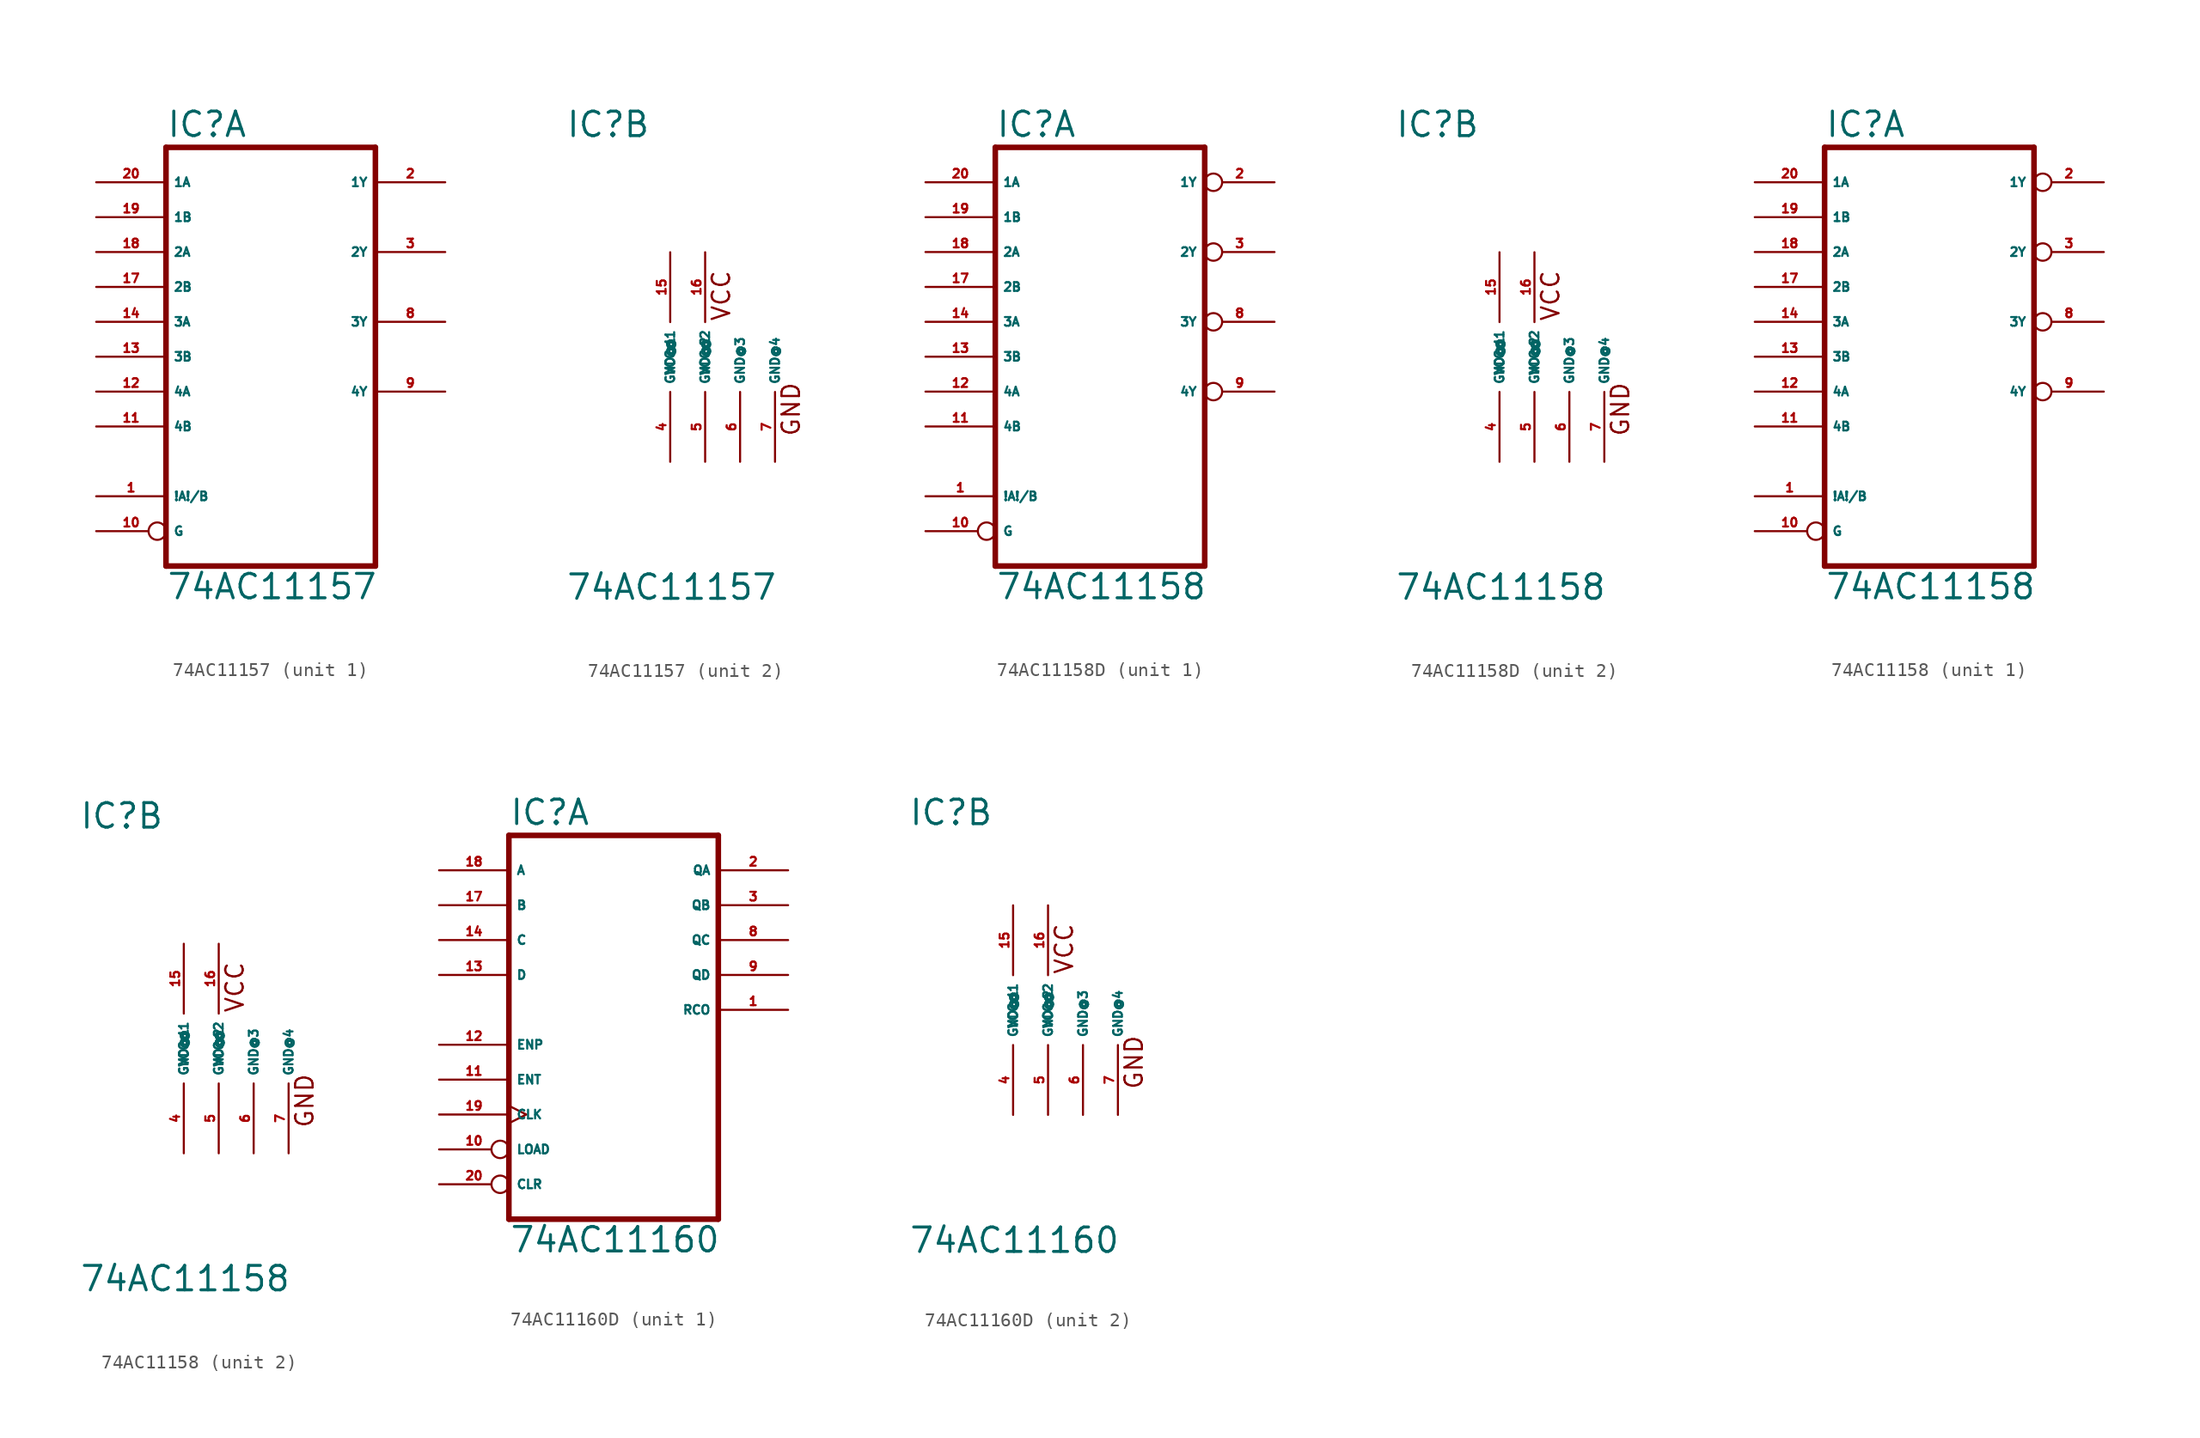
<source format=kicad_sym>
(kicad_symbol_lib
  (version 20220914)
  (generator Eagle2Kicad)
  (symbol "74AC11157"
    (property "Reference" "IC"
      (at -7.62 15.875 0)
      (effects (font (size 1.778 1.778) (thickness 0.22)) (justify left bottom)))
    (property "Value" "74AC11157"
      (at -7.62 -17.78 0)
      (effects (font (size 1.778 1.778) (thickness 0.22)) (justify left bottom)))
    (symbol "74AC11157_1_0"
      (polyline (pts (xy -7.62 -15.24) (xy 7.62 -15.24)) (stroke (width 0.406) (type default)) (fill (type none)))
      (polyline (pts (xy 7.62 -15.24) (xy 7.62 15.24)) (stroke (width 0.406) (type default)) (fill (type none)))
      (polyline (pts (xy 7.62 15.24) (xy -7.62 15.24)) (stroke (width 0.406) (type default)) (fill (type none)))
      (polyline (pts (xy -7.62 15.24) (xy -7.62 -15.24)) (stroke (width 0.406) (type default)) (fill (type none)))
      (pin input line (at -12.7 -10.16 0) (length 5.08) (name "!A!/B" (effects (font (size 0.635 0.635) (thickness 0.08)) (justify left bottom))) (number "1" (effects (font (size 0.635 0.635) (thickness 0.08)) (justify left bottom))))
      (pin output line (at 12.7 12.7 180) (length 5.08) (name "1Y" (effects (font (size 0.635 0.635) (thickness 0.08)) (justify left bottom))) (number "2" (effects (font (size 0.635 0.635) (thickness 0.08)) (justify left bottom))))
      (pin output line (at 12.7 7.62 180) (length 5.08) (name "2Y" (effects (font (size 0.635 0.635) (thickness 0.08)) (justify left bottom))) (number "3" (effects (font (size 0.635 0.635) (thickness 0.08)) (justify left bottom))))
      (pin output line (at 12.7 2.54 180) (length 5.08) (name "3Y" (effects (font (size 0.635 0.635) (thickness 0.08)) (justify left bottom))) (number "8" (effects (font (size 0.635 0.635) (thickness 0.08)) (justify left bottom))))
      (pin output line (at 12.7 -2.54 180) (length 5.08) (name "4Y" (effects (font (size 0.635 0.635) (thickness 0.08)) (justify left bottom))) (number "9" (effects (font (size 0.635 0.635) (thickness 0.08)) (justify left bottom))))
      (pin input inverted (at -12.7 -12.7 0) (length 5.08) (name "G" (effects (font (size 0.635 0.635) (thickness 0.08)) (justify left bottom))) (number "10" (effects (font (size 0.635 0.635) (thickness 0.08)) (justify left bottom))))
      (pin input line (at -12.7 -5.08 0) (length 5.08) (name "4B" (effects (font (size 0.635 0.635) (thickness 0.08)) (justify left bottom))) (number "11" (effects (font (size 0.635 0.635) (thickness 0.08)) (justify left bottom))))
      (pin input line (at -12.7 -2.54 0) (length 5.08) (name "4A" (effects (font (size 0.635 0.635) (thickness 0.08)) (justify left bottom))) (number "12" (effects (font (size 0.635 0.635) (thickness 0.08)) (justify left bottom))))
      (pin input line (at -12.7 0 0) (length 5.08) (name "3B" (effects (font (size 0.635 0.635) (thickness 0.08)) (justify left bottom))) (number "13" (effects (font (size 0.635 0.635) (thickness 0.08)) (justify left bottom))))
      (pin input line (at -12.7 2.54 0) (length 5.08) (name "3A" (effects (font (size 0.635 0.635) (thickness 0.08)) (justify left bottom))) (number "14" (effects (font (size 0.635 0.635) (thickness 0.08)) (justify left bottom))))
      (pin input line (at -12.7 5.08 0) (length 5.08) (name "2B" (effects (font (size 0.635 0.635) (thickness 0.08)) (justify left bottom))) (number "17" (effects (font (size 0.635 0.635) (thickness 0.08)) (justify left bottom))))
      (pin input line (at -12.7 7.62 0) (length 5.08) (name "2A" (effects (font (size 0.635 0.635) (thickness 0.08)) (justify left bottom))) (number "18" (effects (font (size 0.635 0.635) (thickness 0.08)) (justify left bottom))))
      (pin input line (at -12.7 10.16 0) (length 5.08) (name "1B" (effects (font (size 0.635 0.635) (thickness 0.08)) (justify left bottom))) (number "19" (effects (font (size 0.635 0.635) (thickness 0.08)) (justify left bottom))))
      (pin input line (at -12.7 12.7 0) (length 5.08) (name "1A" (effects (font (size 0.635 0.635) (thickness 0.08)) (justify left bottom))) (number "20" (effects (font (size 0.635 0.635) (thickness 0.08)) (justify left bottom)))))
    (symbol "74AC11157_2_0"
      (text "VCC" (at 4.445 2.54 900) (effects (font (size 1.27 1.27) (thickness 0.16)) (justify left bottom)))
      (text "GND" (at 9.525 -5.842 900) (effects (font (size 1.27 1.27) (thickness 0.16)) (justify left bottom)))
      (pin unspecified line (at 0 -7.62 90) (length 5.08) (name "GND@1" (effects (font (size 0.635 0.635) (thickness 0.08)) (justify left bottom))) (number "4" (effects (font (size 0.635 0.635) (thickness 0.08)) (justify left bottom))))
      (pin unspecified line (at 2.54 -7.62 90) (length 5.08) (name "GND@2" (effects (font (size 0.635 0.635) (thickness 0.08)) (justify left bottom))) (number "5" (effects (font (size 0.635 0.635) (thickness 0.08)) (justify left bottom))))
      (pin unspecified line (at 5.08 -7.62 90) (length 5.08) (name "GND@3" (effects (font (size 0.635 0.635) (thickness 0.08)) (justify left bottom))) (number "6" (effects (font (size 0.635 0.635) (thickness 0.08)) (justify left bottom))))
      (pin unspecified line (at 7.62 -7.62 90) (length 5.08) (name "GND@4" (effects (font (size 0.635 0.635) (thickness 0.08)) (justify left bottom))) (number "7" (effects (font (size 0.635 0.635) (thickness 0.08)) (justify left bottom))))
      (pin unspecified line (at 0 7.62 270) (length 5.08) (name "VCC@1" (effects (font (size 0.635 0.635) (thickness 0.08)) (justify left bottom))) (number "15" (effects (font (size 0.635 0.635) (thickness 0.08)) (justify left bottom))))
      (pin unspecified line (at 2.54 7.62 270) (length 5.08) (name "VCC@2" (effects (font (size 0.635 0.635) (thickness 0.08)) (justify left bottom))) (number "16" (effects (font (size 0.635 0.635) (thickness 0.08)) (justify left bottom))))))
  (symbol "74AC11158D"
    (property "Reference" "IC"
      (at -7.62 15.875 0)
      (effects (font (size 1.778 1.778) (thickness 0.22)) (justify left bottom)))
    (property "Value" "74AC11158"
      (at -7.62 -17.78 0)
      (effects (font (size 1.778 1.778) (thickness 0.22)) (justify left bottom)))
    (symbol "74AC11158D_1_0"
      (polyline (pts (xy -7.62 -15.24) (xy 7.62 -15.24)) (stroke (width 0.406) (type default)) (fill (type none)))
      (polyline (pts (xy 7.62 -15.24) (xy 7.62 15.24)) (stroke (width 0.406) (type default)) (fill (type none)))
      (polyline (pts (xy 7.62 15.24) (xy -7.62 15.24)) (stroke (width 0.406) (type default)) (fill (type none)))
      (polyline (pts (xy -7.62 15.24) (xy -7.62 -15.24)) (stroke (width 0.406) (type default)) (fill (type none)))
      (pin input line (at -12.7 -10.16 0) (length 5.08) (name "!A!/B" (effects (font (size 0.635 0.635) (thickness 0.08)) (justify left bottom))) (number "1" (effects (font (size 0.635 0.635) (thickness 0.08)) (justify left bottom))))
      (pin output inverted (at 12.7 12.7 180) (length 5.08) (name "1Y" (effects (font (size 0.635 0.635) (thickness 0.08)) (justify left bottom))) (number "2" (effects (font (size 0.635 0.635) (thickness 0.08)) (justify left bottom))))
      (pin output inverted (at 12.7 7.62 180) (length 5.08) (name "2Y" (effects (font (size 0.635 0.635) (thickness 0.08)) (justify left bottom))) (number "3" (effects (font (size 0.635 0.635) (thickness 0.08)) (justify left bottom))))
      (pin output inverted (at 12.7 2.54 180) (length 5.08) (name "3Y" (effects (font (size 0.635 0.635) (thickness 0.08)) (justify left bottom))) (number "8" (effects (font (size 0.635 0.635) (thickness 0.08)) (justify left bottom))))
      (pin output inverted (at 12.7 -2.54 180) (length 5.08) (name "4Y" (effects (font (size 0.635 0.635) (thickness 0.08)) (justify left bottom))) (number "9" (effects (font (size 0.635 0.635) (thickness 0.08)) (justify left bottom))))
      (pin input inverted (at -12.7 -12.7 0) (length 5.08) (name "G" (effects (font (size 0.635 0.635) (thickness 0.08)) (justify left bottom))) (number "10" (effects (font (size 0.635 0.635) (thickness 0.08)) (justify left bottom))))
      (pin input line (at -12.7 -5.08 0) (length 5.08) (name "4B" (effects (font (size 0.635 0.635) (thickness 0.08)) (justify left bottom))) (number "11" (effects (font (size 0.635 0.635) (thickness 0.08)) (justify left bottom))))
      (pin input line (at -12.7 -2.54 0) (length 5.08) (name "4A" (effects (font (size 0.635 0.635) (thickness 0.08)) (justify left bottom))) (number "12" (effects (font (size 0.635 0.635) (thickness 0.08)) (justify left bottom))))
      (pin input line (at -12.7 0 0) (length 5.08) (name "3B" (effects (font (size 0.635 0.635) (thickness 0.08)) (justify left bottom))) (number "13" (effects (font (size 0.635 0.635) (thickness 0.08)) (justify left bottom))))
      (pin input line (at -12.7 2.54 0) (length 5.08) (name "3A" (effects (font (size 0.635 0.635) (thickness 0.08)) (justify left bottom))) (number "14" (effects (font (size 0.635 0.635) (thickness 0.08)) (justify left bottom))))
      (pin input line (at -12.7 5.08 0) (length 5.08) (name "2B" (effects (font (size 0.635 0.635) (thickness 0.08)) (justify left bottom))) (number "17" (effects (font (size 0.635 0.635) (thickness 0.08)) (justify left bottom))))
      (pin input line (at -12.7 7.62 0) (length 5.08) (name "2A" (effects (font (size 0.635 0.635) (thickness 0.08)) (justify left bottom))) (number "18" (effects (font (size 0.635 0.635) (thickness 0.08)) (justify left bottom))))
      (pin input line (at -12.7 10.16 0) (length 5.08) (name "1B" (effects (font (size 0.635 0.635) (thickness 0.08)) (justify left bottom))) (number "19" (effects (font (size 0.635 0.635) (thickness 0.08)) (justify left bottom))))
      (pin input line (at -12.7 12.7 0) (length 5.08) (name "1A" (effects (font (size 0.635 0.635) (thickness 0.08)) (justify left bottom))) (number "20" (effects (font (size 0.635 0.635) (thickness 0.08)) (justify left bottom)))))
    (symbol "74AC11158D_2_0"
      (text "VCC" (at 4.445 2.54 900) (effects (font (size 1.27 1.27) (thickness 0.16)) (justify left bottom)))
      (text "GND" (at 9.525 -5.842 900) (effects (font (size 1.27 1.27) (thickness 0.16)) (justify left bottom)))
      (pin unspecified line (at 0 -7.62 90) (length 5.08) (name "GND@1" (effects (font (size 0.635 0.635) (thickness 0.08)) (justify left bottom))) (number "4" (effects (font (size 0.635 0.635) (thickness 0.08)) (justify left bottom))))
      (pin unspecified line (at 2.54 -7.62 90) (length 5.08) (name "GND@2" (effects (font (size 0.635 0.635) (thickness 0.08)) (justify left bottom))) (number "5" (effects (font (size 0.635 0.635) (thickness 0.08)) (justify left bottom))))
      (pin unspecified line (at 5.08 -7.62 90) (length 5.08) (name "GND@3" (effects (font (size 0.635 0.635) (thickness 0.08)) (justify left bottom))) (number "6" (effects (font (size 0.635 0.635) (thickness 0.08)) (justify left bottom))))
      (pin unspecified line (at 7.62 -7.62 90) (length 5.08) (name "GND@4" (effects (font (size 0.635 0.635) (thickness 0.08)) (justify left bottom))) (number "7" (effects (font (size 0.635 0.635) (thickness 0.08)) (justify left bottom))))
      (pin unspecified line (at 0 7.62 270) (length 5.08) (name "VCC@1" (effects (font (size 0.635 0.635) (thickness 0.08)) (justify left bottom))) (number "15" (effects (font (size 0.635 0.635) (thickness 0.08)) (justify left bottom))))
      (pin unspecified line (at 2.54 7.62 270) (length 5.08) (name "VCC@2" (effects (font (size 0.635 0.635) (thickness 0.08)) (justify left bottom))) (number "16" (effects (font (size 0.635 0.635) (thickness 0.08)) (justify left bottom))))))
  (symbol "74AC11158"
    (property "Reference" "IC"
      (at -7.62 15.875 0)
      (effects (font (size 1.778 1.778) (thickness 0.22)) (justify left bottom)))
    (property "Value" "74AC11158"
      (at -7.62 -17.78 0)
      (effects (font (size 1.778 1.778) (thickness 0.22)) (justify left bottom)))
    (symbol "74AC11158_1_0"
      (polyline (pts (xy -7.62 -15.24) (xy 7.62 -15.24)) (stroke (width 0.406) (type default)) (fill (type none)))
      (polyline (pts (xy 7.62 -15.24) (xy 7.62 15.24)) (stroke (width 0.406) (type default)) (fill (type none)))
      (polyline (pts (xy 7.62 15.24) (xy -7.62 15.24)) (stroke (width 0.406) (type default)) (fill (type none)))
      (polyline (pts (xy -7.62 15.24) (xy -7.62 -15.24)) (stroke (width 0.406) (type default)) (fill (type none)))
      (pin input line (at -12.7 -10.16 0) (length 5.08) (name "!A!/B" (effects (font (size 0.635 0.635) (thickness 0.08)) (justify left bottom))) (number "1" (effects (font (size 0.635 0.635) (thickness 0.08)) (justify left bottom))))
      (pin output inverted (at 12.7 12.7 180) (length 5.08) (name "1Y" (effects (font (size 0.635 0.635) (thickness 0.08)) (justify left bottom))) (number "2" (effects (font (size 0.635 0.635) (thickness 0.08)) (justify left bottom))))
      (pin output inverted (at 12.7 7.62 180) (length 5.08) (name "2Y" (effects (font (size 0.635 0.635) (thickness 0.08)) (justify left bottom))) (number "3" (effects (font (size 0.635 0.635) (thickness 0.08)) (justify left bottom))))
      (pin output inverted (at 12.7 2.54 180) (length 5.08) (name "3Y" (effects (font (size 0.635 0.635) (thickness 0.08)) (justify left bottom))) (number "8" (effects (font (size 0.635 0.635) (thickness 0.08)) (justify left bottom))))
      (pin output inverted (at 12.7 -2.54 180) (length 5.08) (name "4Y" (effects (font (size 0.635 0.635) (thickness 0.08)) (justify left bottom))) (number "9" (effects (font (size 0.635 0.635) (thickness 0.08)) (justify left bottom))))
      (pin input inverted (at -12.7 -12.7 0) (length 5.08) (name "G" (effects (font (size 0.635 0.635) (thickness 0.08)) (justify left bottom))) (number "10" (effects (font (size 0.635 0.635) (thickness 0.08)) (justify left bottom))))
      (pin input line (at -12.7 -5.08 0) (length 5.08) (name "4B" (effects (font (size 0.635 0.635) (thickness 0.08)) (justify left bottom))) (number "11" (effects (font (size 0.635 0.635) (thickness 0.08)) (justify left bottom))))
      (pin input line (at -12.7 -2.54 0) (length 5.08) (name "4A" (effects (font (size 0.635 0.635) (thickness 0.08)) (justify left bottom))) (number "12" (effects (font (size 0.635 0.635) (thickness 0.08)) (justify left bottom))))
      (pin input line (at -12.7 0 0) (length 5.08) (name "3B" (effects (font (size 0.635 0.635) (thickness 0.08)) (justify left bottom))) (number "13" (effects (font (size 0.635 0.635) (thickness 0.08)) (justify left bottom))))
      (pin input line (at -12.7 2.54 0) (length 5.08) (name "3A" (effects (font (size 0.635 0.635) (thickness 0.08)) (justify left bottom))) (number "14" (effects (font (size 0.635 0.635) (thickness 0.08)) (justify left bottom))))
      (pin input line (at -12.7 5.08 0) (length 5.08) (name "2B" (effects (font (size 0.635 0.635) (thickness 0.08)) (justify left bottom))) (number "17" (effects (font (size 0.635 0.635) (thickness 0.08)) (justify left bottom))))
      (pin input line (at -12.7 7.62 0) (length 5.08) (name "2A" (effects (font (size 0.635 0.635) (thickness 0.08)) (justify left bottom))) (number "18" (effects (font (size 0.635 0.635) (thickness 0.08)) (justify left bottom))))
      (pin input line (at -12.7 10.16 0) (length 5.08) (name "1B" (effects (font (size 0.635 0.635) (thickness 0.08)) (justify left bottom))) (number "19" (effects (font (size 0.635 0.635) (thickness 0.08)) (justify left bottom))))
      (pin input line (at -12.7 12.7 0) (length 5.08) (name "1A" (effects (font (size 0.635 0.635) (thickness 0.08)) (justify left bottom))) (number "20" (effects (font (size 0.635 0.635) (thickness 0.08)) (justify left bottom)))))
    (symbol "74AC11158_2_0"
      (text "VCC" (at 4.445 2.54 900) (effects (font (size 1.27 1.27) (thickness 0.16)) (justify left bottom)))
      (text "GND" (at 9.525 -5.842 900) (effects (font (size 1.27 1.27) (thickness 0.16)) (justify left bottom)))
      (pin unspecified line (at 0 -7.62 90) (length 5.08) (name "GND@1" (effects (font (size 0.635 0.635) (thickness 0.08)) (justify left bottom))) (number "4" (effects (font (size 0.635 0.635) (thickness 0.08)) (justify left bottom))))
      (pin unspecified line (at 2.54 -7.62 90) (length 5.08) (name "GND@2" (effects (font (size 0.635 0.635) (thickness 0.08)) (justify left bottom))) (number "5" (effects (font (size 0.635 0.635) (thickness 0.08)) (justify left bottom))))
      (pin unspecified line (at 5.08 -7.62 90) (length 5.08) (name "GND@3" (effects (font (size 0.635 0.635) (thickness 0.08)) (justify left bottom))) (number "6" (effects (font (size 0.635 0.635) (thickness 0.08)) (justify left bottom))))
      (pin unspecified line (at 7.62 -7.62 90) (length 5.08) (name "GND@4" (effects (font (size 0.635 0.635) (thickness 0.08)) (justify left bottom))) (number "7" (effects (font (size 0.635 0.635) (thickness 0.08)) (justify left bottom))))
      (pin unspecified line (at 0 7.62 270) (length 5.08) (name "VCC@1" (effects (font (size 0.635 0.635) (thickness 0.08)) (justify left bottom))) (number "15" (effects (font (size 0.635 0.635) (thickness 0.08)) (justify left bottom))))
      (pin unspecified line (at 2.54 7.62 270) (length 5.08) (name "VCC@2" (effects (font (size 0.635 0.635) (thickness 0.08)) (justify left bottom))) (number "16" (effects (font (size 0.635 0.635) (thickness 0.08)) (justify left bottom))))))
  (symbol "74AC11160D"
    (property "Reference" "IC"
      (at -7.62 13.335 0)
      (effects (font (size 1.778 1.778) (thickness 0.22)) (justify left bottom)))
    (property "Value" "74AC11160"
      (at -7.62 -17.78 0)
      (effects (font (size 1.778 1.778) (thickness 0.22)) (justify left bottom)))
    (symbol "74AC11160D_1_0"
      (polyline (pts (xy -7.62 -15.24) (xy 7.62 -15.24)) (stroke (width 0.406) (type default)) (fill (type none)))
      (polyline (pts (xy 7.62 -15.24) (xy 7.62 12.7)) (stroke (width 0.406) (type default)) (fill (type none)))
      (polyline (pts (xy 7.62 12.7) (xy -7.62 12.7)) (stroke (width 0.406) (type default)) (fill (type none)))
      (polyline (pts (xy -7.62 12.7) (xy -7.62 -15.24)) (stroke (width 0.406) (type default)) (fill (type none)))
      (pin output line (at 12.7 0 180) (length 5.08) (name "RCO" (effects (font (size 0.635 0.635) (thickness 0.08)) (justify left bottom))) (number "1" (effects (font (size 0.635 0.635) (thickness 0.08)) (justify left bottom))))
      (pin output line (at 12.7 10.16 180) (length 5.08) (name "QA" (effects (font (size 0.635 0.635) (thickness 0.08)) (justify left bottom))) (number "2" (effects (font (size 0.635 0.635) (thickness 0.08)) (justify left bottom))))
      (pin output line (at 12.7 7.62 180) (length 5.08) (name "QB" (effects (font (size 0.635 0.635) (thickness 0.08)) (justify left bottom))) (number "3" (effects (font (size 0.635 0.635) (thickness 0.08)) (justify left bottom))))
      (pin output line (at 12.7 5.08 180) (length 5.08) (name "QC" (effects (font (size 0.635 0.635) (thickness 0.08)) (justify left bottom))) (number "8" (effects (font (size 0.635 0.635) (thickness 0.08)) (justify left bottom))))
      (pin output line (at 12.7 2.54 180) (length 5.08) (name "QD" (effects (font (size 0.635 0.635) (thickness 0.08)) (justify left bottom))) (number "9" (effects (font (size 0.635 0.635) (thickness 0.08)) (justify left bottom))))
      (pin input inverted (at -12.7 -10.16 0) (length 5.08) (name "LOAD" (effects (font (size 0.635 0.635) (thickness 0.08)) (justify left bottom))) (number "10" (effects (font (size 0.635 0.635) (thickness 0.08)) (justify left bottom))))
      (pin input line (at -12.7 -5.08 0) (length 5.08) (name "ENT" (effects (font (size 0.635 0.635) (thickness 0.08)) (justify left bottom))) (number "11" (effects (font (size 0.635 0.635) (thickness 0.08)) (justify left bottom))))
      (pin input line (at -12.7 -2.54 0) (length 5.08) (name "ENP" (effects (font (size 0.635 0.635) (thickness 0.08)) (justify left bottom))) (number "12" (effects (font (size 0.635 0.635) (thickness 0.08)) (justify left bottom))))
      (pin input line (at -12.7 2.54 0) (length 5.08) (name "D" (effects (font (size 0.635 0.635) (thickness 0.08)) (justify left bottom))) (number "13" (effects (font (size 0.635 0.635) (thickness 0.08)) (justify left bottom))))
      (pin input line (at -12.7 5.08 0) (length 5.08) (name "C" (effects (font (size 0.635 0.635) (thickness 0.08)) (justify left bottom))) (number "14" (effects (font (size 0.635 0.635) (thickness 0.08)) (justify left bottom))))
      (pin input line (at -12.7 7.62 0) (length 5.08) (name "B" (effects (font (size 0.635 0.635) (thickness 0.08)) (justify left bottom))) (number "17" (effects (font (size 0.635 0.635) (thickness 0.08)) (justify left bottom))))
      (pin input line (at -12.7 10.16 0) (length 5.08) (name "A" (effects (font (size 0.635 0.635) (thickness 0.08)) (justify left bottom))) (number "18" (effects (font (size 0.635 0.635) (thickness 0.08)) (justify left bottom))))
      (pin input clock (at -12.7 -7.62 0) (length 5.08) (name "CLK" (effects (font (size 0.635 0.635) (thickness 0.08)) (justify left bottom))) (number "19" (effects (font (size 0.635 0.635) (thickness 0.08)) (justify left bottom))))
      (pin input inverted (at -12.7 -12.7 0) (length 5.08) (name "CLR" (effects (font (size 0.635 0.635) (thickness 0.08)) (justify left bottom))) (number "20" (effects (font (size 0.635 0.635) (thickness 0.08)) (justify left bottom)))))
    (symbol "74AC11160D_2_0"
      (text "VCC" (at 4.445 2.54 900) (effects (font (size 1.27 1.27) (thickness 0.16)) (justify left bottom)))
      (text "GND" (at 9.525 -5.842 900) (effects (font (size 1.27 1.27) (thickness 0.16)) (justify left bottom)))
      (pin unspecified line (at 0 -7.62 90) (length 5.08) (name "GND@1" (effects (font (size 0.635 0.635) (thickness 0.08)) (justify left bottom))) (number "4" (effects (font (size 0.635 0.635) (thickness 0.08)) (justify left bottom))))
      (pin unspecified line (at 2.54 -7.62 90) (length 5.08) (name "GND@2" (effects (font (size 0.635 0.635) (thickness 0.08)) (justify left bottom))) (number "5" (effects (font (size 0.635 0.635) (thickness 0.08)) (justify left bottom))))
      (pin unspecified line (at 5.08 -7.62 90) (length 5.08) (name "GND@3" (effects (font (size 0.635 0.635) (thickness 0.08)) (justify left bottom))) (number "6" (effects (font (size 0.635 0.635) (thickness 0.08)) (justify left bottom))))
      (pin unspecified line (at 7.62 -7.62 90) (length 5.08) (name "GND@4" (effects (font (size 0.635 0.635) (thickness 0.08)) (justify left bottom))) (number "7" (effects (font (size 0.635 0.635) (thickness 0.08)) (justify left bottom))))
      (pin unspecified line (at 0 7.62 270) (length 5.08) (name "VCC@1" (effects (font (size 0.635 0.635) (thickness 0.08)) (justify left bottom))) (number "15" (effects (font (size 0.635 0.635) (thickness 0.08)) (justify left bottom))))
      (pin unspecified line (at 2.54 7.62 270) (length 5.08) (name "VCC@2" (effects (font (size 0.635 0.635) (thickness 0.08)) (justify left bottom))) (number "16" (effects (font (size 0.635 0.635) (thickness 0.08)) (justify left bottom)))))))
</source>
